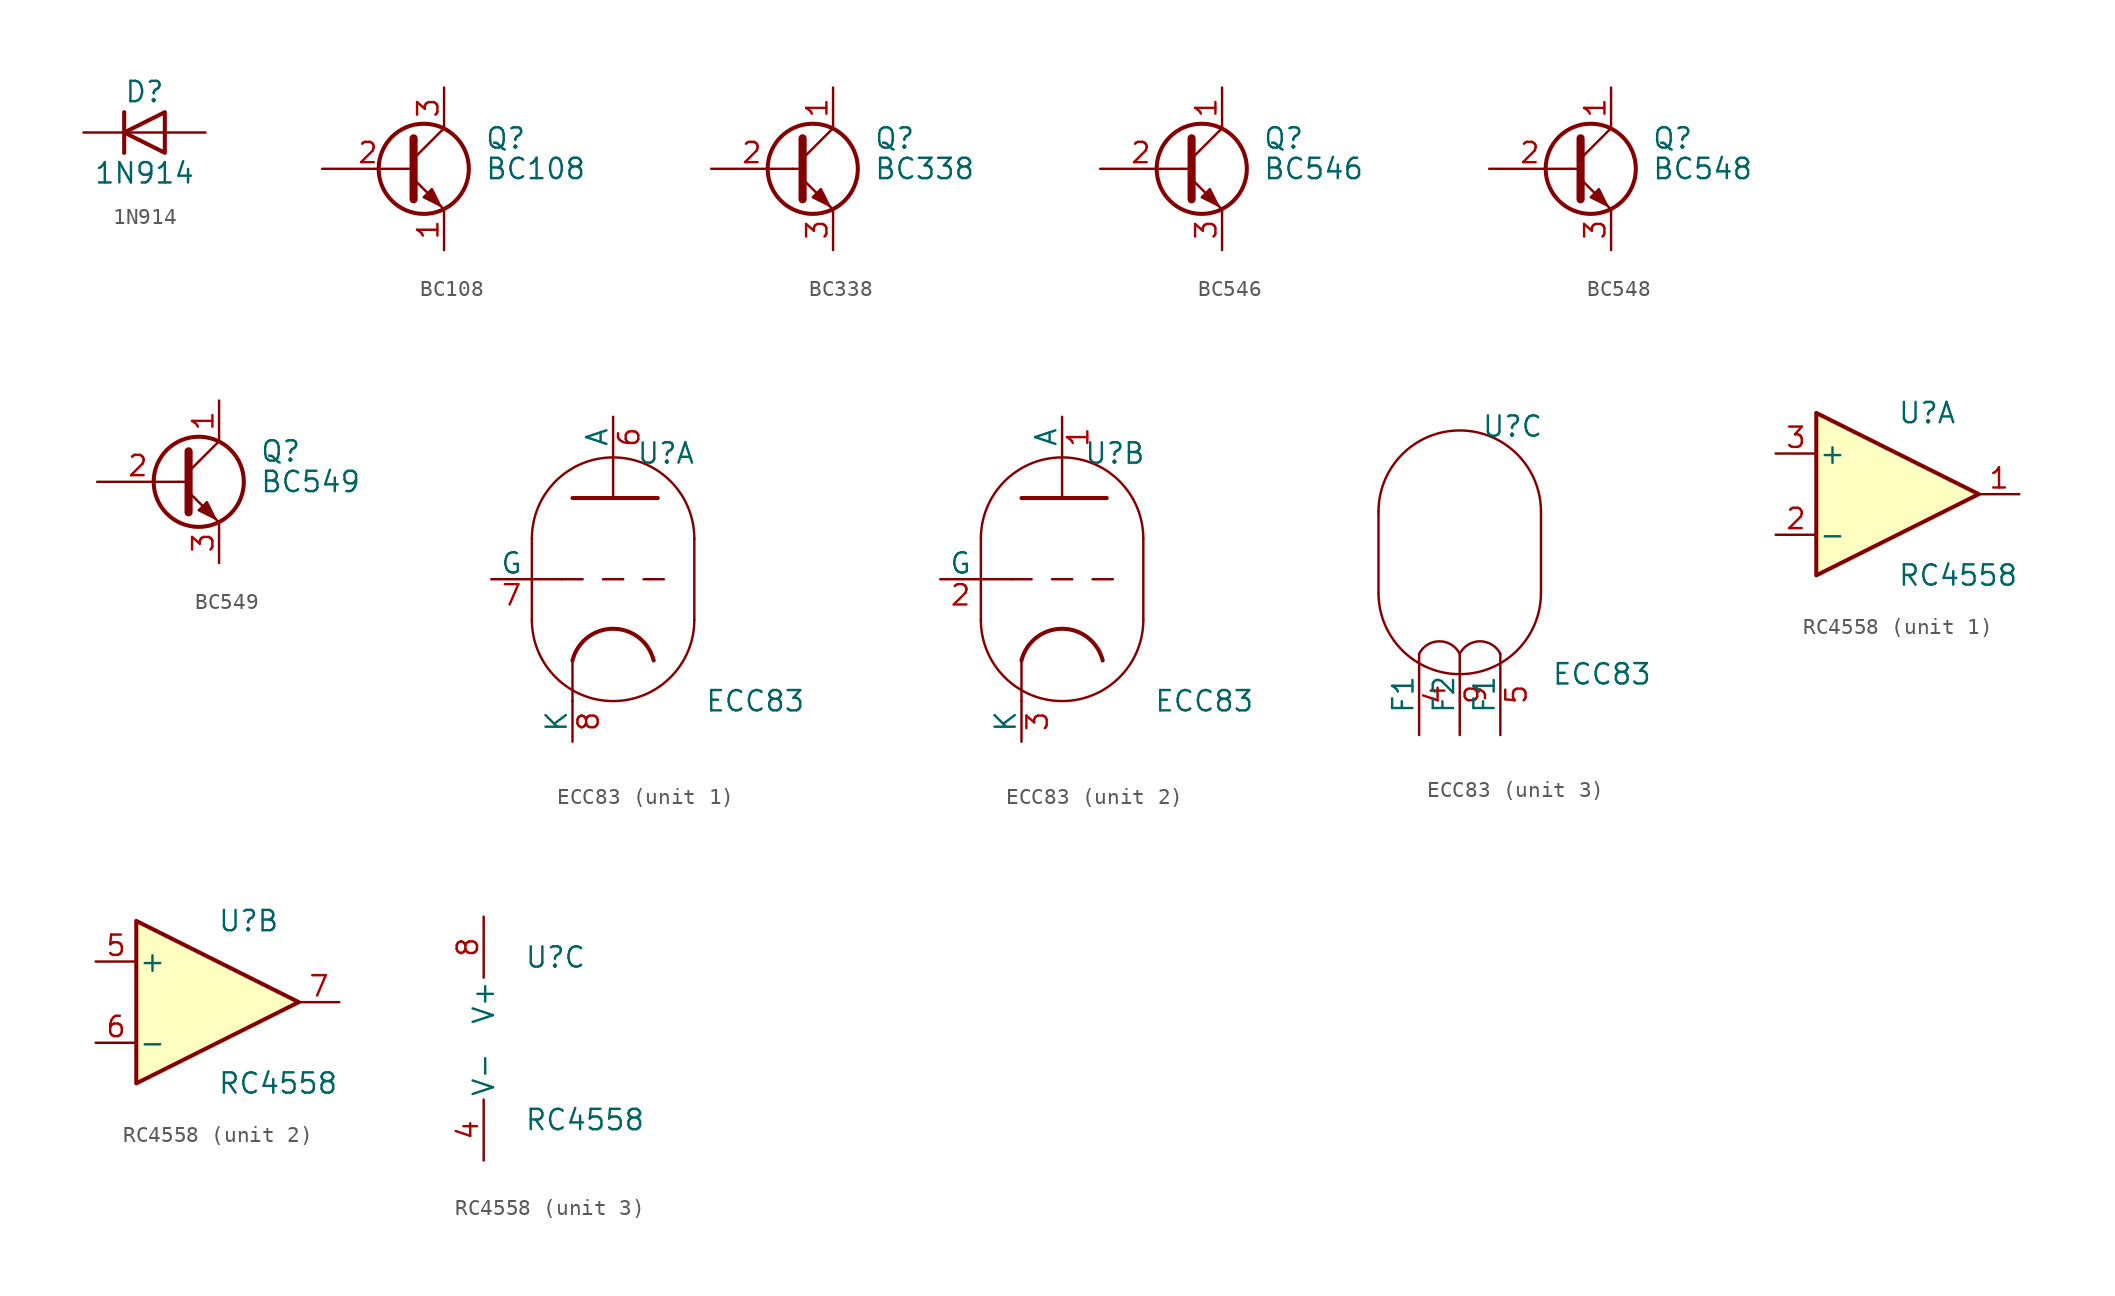
<source format=kicad_sym>
(kicad_symbol_lib
  (version 20220914)
  (generator kicad_symbol_editor)
  (symbol "1N914"
    (pin_numbers hide)
    (pin_names hide)
    (property "Reference" "D"
      (at 0 2.54 0)
      (effects (font (size 1.27 1.27))))
    (property "Value" "1N914"
      (at 0 -2.54 0)
      (effects (font (size 1.27 1.27))))
    (symbol "1N914_0_1"
      (polyline (pts (xy -1.27 1.27) (xy -1.27 -1.27)) (stroke (width 0.254) (type default)) (fill (type none)))
      (polyline (pts (xy 1.27 0) (xy -1.27 0)) (stroke (width 0) (type default)) (fill (type none)))
      (polyline (pts (xy 1.27 1.27) (xy 1.27 -1.27) (xy -1.27 0) (xy 1.27 1.27)) (stroke (width 0.254) (type default)) (fill (type none))))
    (symbol "1N914_1_1"
      (pin passive line (at -3.81 0 0) (length 2.54) (name "K" (effects (font (size 1.27 1.27)))) (number "1" (effects (font (size 1.27 1.27)))))
      (pin passive line (at 3.81 0 180) (length 2.54) (name "A" (effects (font (size 1.27 1.27)))) (number "2" (effects (font (size 1.27 1.27)))))))
  (symbol "BC108"
    (pin_names
      (offset 0) hide)
    (property "Reference" "Q"
      (at 5.08 1.905 0)
      (effects (font (size 1.27 1.27)) (justify left)))
    (property "Value" "BC108"
      (at 5.08 0 0)
      (effects (font (size 1.27 1.27)) (justify left)))
    (symbol "BC108_0_1"
      (polyline (pts (xy 0.635 0.635) (xy 2.54 2.54)) (stroke (width 0) (type default)) (fill (type none)))
      (polyline (pts (xy 0.635 -0.635) (xy 2.54 -2.54) (xy 2.54 -2.54)) (stroke (width 0) (type default)) (fill (type none)))
      (polyline (pts (xy 0.635 1.905) (xy 0.635 -1.905) (xy 0.635 -1.905)) (stroke (width 0.508) (type default)) (fill (type none)))
      (polyline (pts (xy 1.27 -1.778) (xy 1.778 -1.27) (xy 2.286 -2.286) (xy 1.27 -1.778) (xy 1.27 -1.778)) (stroke (width 0) (type default)) (fill (type outline)))
      (circle (center 1.27 0) (radius 2.819) (stroke (width 0.254) (type default)) (fill (type none))))
    (symbol "BC108_1_1"
      (pin passive line (at 2.54 -5.08 90) (length 2.54) (name "E" (effects (font (size 1.27 1.27)))) (number "1" (effects (font (size 1.27 1.27)))))
      (pin input line (at -5.08 0 0) (length 5.715) (name "B" (effects (font (size 1.27 1.27)))) (number "2" (effects (font (size 1.27 1.27)))))
      (pin passive line (at 2.54 5.08 270) (length 2.54) (name "C" (effects (font (size 1.27 1.27)))) (number "3" (effects (font (size 1.27 1.27)))))))
  (symbol "BC338"
    (pin_names
      (offset 0) hide)
    (property "Reference" "Q"
      (at 5.08 1.905 0)
      (effects (font (size 1.27 1.27)) (justify left)))
    (property "Value" "BC338"
      (at 5.08 0 0)
      (effects (font (size 1.27 1.27)) (justify left)))
    (symbol "BC338_0_1"
      (polyline (pts (xy 0 0) (xy 0.635 0)) (stroke (width 0) (type default)) (fill (type none)))
      (polyline (pts (xy 0.635 0.635) (xy 2.54 2.54)) (stroke (width 0) (type default)) (fill (type none)))
      (polyline (pts (xy 0.635 -0.635) (xy 2.54 -2.54) (xy 2.54 -2.54)) (stroke (width 0) (type default)) (fill (type none)))
      (polyline (pts (xy 0.635 1.905) (xy 0.635 -1.905) (xy 0.635 -1.905)) (stroke (width 0.508) (type default)) (fill (type none)))
      (polyline (pts (xy 1.27 -1.778) (xy 1.778 -1.27) (xy 2.286 -2.286) (xy 1.27 -1.778) (xy 1.27 -1.778)) (stroke (width 0) (type default)) (fill (type outline)))
      (circle (center 1.27 0) (radius 2.819) (stroke (width 0.254) (type default)) (fill (type none))))
    (symbol "BC338_1_1"
      (pin passive line (at 2.54 5.08 270) (length 2.54) (name "C" (effects (font (size 1.27 1.27)))) (number "1" (effects (font (size 1.27 1.27)))))
      (pin input line (at -5.08 0 0) (length 5.08) (name "B" (effects (font (size 1.27 1.27)))) (number "2" (effects (font (size 1.27 1.27)))))
      (pin passive line (at 2.54 -5.08 90) (length 2.54) (name "E" (effects (font (size 1.27 1.27)))) (number "3" (effects (font (size 1.27 1.27)))))))
  (symbol "BC546"
    (pin_names
      (offset 0) hide)
    (property "Reference" "Q"
      (at 5.08 1.905 0)
      (effects (font (size 1.27 1.27)) (justify left)))
    (property "Value" "BC546"
      (at 5.08 0 0)
      (effects (font (size 1.27 1.27)) (justify left)))
    (symbol "BC546_0_1"
      (polyline (pts (xy 0 0) (xy 0.635 0)) (stroke (width 0) (type default)) (fill (type none)))
      (polyline (pts (xy 0.635 0.635) (xy 2.54 2.54)) (stroke (width 0) (type default)) (fill (type none)))
      (polyline (pts (xy 0.635 -0.635) (xy 2.54 -2.54) (xy 2.54 -2.54)) (stroke (width 0) (type default)) (fill (type none)))
      (polyline (pts (xy 0.635 1.905) (xy 0.635 -1.905) (xy 0.635 -1.905)) (stroke (width 0.508) (type default)) (fill (type none)))
      (polyline (pts (xy 1.27 -1.778) (xy 1.778 -1.27) (xy 2.286 -2.286) (xy 1.27 -1.778) (xy 1.27 -1.778)) (stroke (width 0) (type default)) (fill (type outline)))
      (circle (center 1.27 0) (radius 2.819) (stroke (width 0.254) (type default)) (fill (type none))))
    (symbol "BC546_1_1"
      (pin passive line (at 2.54 5.08 270) (length 2.54) (name "C" (effects (font (size 1.27 1.27)))) (number "1" (effects (font (size 1.27 1.27)))))
      (pin input line (at -5.08 0 0) (length 5.08) (name "B" (effects (font (size 1.27 1.27)))) (number "2" (effects (font (size 1.27 1.27)))))
      (pin passive line (at 2.54 -5.08 90) (length 2.54) (name "E" (effects (font (size 1.27 1.27)))) (number "3" (effects (font (size 1.27 1.27)))))))
  (symbol "BC548"
    (pin_names
      (offset 0) hide)
    (property "Reference" "Q"
      (at 5.08 1.905 0)
      (effects (font (size 1.27 1.27)) (justify left)))
    (property "Value" "BC548"
      (at 5.08 0 0)
      (effects (font (size 1.27 1.27)) (justify left)))
    (symbol "BC548_0_1"
      (polyline (pts (xy 0 0) (xy 0.635 0)) (stroke (width 0) (type default)) (fill (type none)))
      (polyline (pts (xy 0.635 0.635) (xy 2.54 2.54)) (stroke (width 0) (type default)) (fill (type none)))
      (polyline (pts (xy 0.635 -0.635) (xy 2.54 -2.54) (xy 2.54 -2.54)) (stroke (width 0) (type default)) (fill (type none)))
      (polyline (pts (xy 0.635 1.905) (xy 0.635 -1.905) (xy 0.635 -1.905)) (stroke (width 0.508) (type default)) (fill (type none)))
      (polyline (pts (xy 1.27 -1.778) (xy 1.778 -1.27) (xy 2.286 -2.286) (xy 1.27 -1.778) (xy 1.27 -1.778)) (stroke (width 0) (type default)) (fill (type outline)))
      (circle (center 1.27 0) (radius 2.819) (stroke (width 0.254) (type default)) (fill (type none))))
    (symbol "BC548_1_1"
      (pin passive line (at 2.54 5.08 270) (length 2.54) (name "C" (effects (font (size 1.27 1.27)))) (number "1" (effects (font (size 1.27 1.27)))))
      (pin input line (at -5.08 0 0) (length 5.08) (name "B" (effects (font (size 1.27 1.27)))) (number "2" (effects (font (size 1.27 1.27)))))
      (pin passive line (at 2.54 -5.08 90) (length 2.54) (name "E" (effects (font (size 1.27 1.27)))) (number "3" (effects (font (size 1.27 1.27)))))))
  (symbol "BC549"
    (pin_names
      (offset 0) hide)
    (property "Reference" "Q"
      (at 5.08 1.905 0)
      (effects (font (size 1.27 1.27)) (justify left)))
    (property "Value" "BC549"
      (at 5.08 0 0)
      (effects (font (size 1.27 1.27)) (justify left)))
    (symbol "BC549_0_1"
      (polyline (pts (xy 0 0) (xy 0.635 0)) (stroke (width 0) (type default)) (fill (type none)))
      (polyline (pts (xy 0.635 0.635) (xy 2.54 2.54)) (stroke (width 0) (type default)) (fill (type none)))
      (polyline (pts (xy 0.635 -0.635) (xy 2.54 -2.54) (xy 2.54 -2.54)) (stroke (width 0) (type default)) (fill (type none)))
      (polyline (pts (xy 0.635 1.905) (xy 0.635 -1.905) (xy 0.635 -1.905)) (stroke (width 0.508) (type default)) (fill (type none)))
      (polyline (pts (xy 1.27 -1.778) (xy 1.778 -1.27) (xy 2.286 -2.286) (xy 1.27 -1.778) (xy 1.27 -1.778)) (stroke (width 0) (type default)) (fill (type outline)))
      (circle (center 1.27 0) (radius 2.819) (stroke (width 0.254) (type default)) (fill (type none))))
    (symbol "BC549_1_1"
      (pin passive line (at 2.54 5.08 270) (length 2.54) (name "C" (effects (font (size 1.27 1.27)))) (number "1" (effects (font (size 1.27 1.27)))))
      (pin input line (at -5.08 0 0) (length 5.08) (name "B" (effects (font (size 1.27 1.27)))) (number "2" (effects (font (size 1.27 1.27)))))
      (pin passive line (at 2.54 -5.08 90) (length 2.54) (name "E" (effects (font (size 1.27 1.27)))) (number "3" (effects (font (size 1.27 1.27)))))))
  (symbol "ECC83"
    (pin_names
      (offset 0))
    (property "Reference" "U"
      (at 3.302 7.874 0)
      (effects (font (size 1.27 1.27))))
    (property "Value" "ECC83"
      (at 8.89 -7.62 0)
      (effects (font (size 1.27 1.27))))
    (property "ki_locked" ""
      (at 0 0 0)
      (effects (font (size 1.27 1.27))))
    (symbol "ECC83_0_1"
      (arc (start -5.08 -2.54) (mid 0 -7.5979) (end 5.08 -2.54) (stroke (width 0) (type default)) (fill (type none)))
      (polyline (pts (xy 5.08 2.54) (xy 5.08 -2.54)) (stroke (width 0) (type default)) (fill (type none)))
      (polyline (pts (xy -5.08 2.54) (xy -5.08 -2.54) (xy -5.08 -2.54)) (stroke (width 0) (type default)) (fill (type none)))
      (arc (start 5.08 2.54) (mid 0 7.5979) (end -5.08 2.54) (stroke (width 0) (type default)) (fill (type none))))
    (symbol "ECC83_1_0"
      (polyline (pts (xy -2.54 -5.08) (xy -2.54 -7.62)) (stroke (width 0) (type default)) (fill (type none)))
      (polyline (pts (xy 0 5.08) (xy 0 7.62)) (stroke (width 0) (type default)) (fill (type none))))
    (symbol "ECC83_1_1"
      (polyline (pts (xy -5.08 0) (xy -3.175 0)) (stroke (width 0) (type default)) (fill (type none)))
      (polyline (pts (xy -1.905 0) (xy -3.175 0)) (stroke (width 0.152) (type default)) (fill (type none)))
      (polyline (pts (xy -0.635 0) (xy 0.635 0)) (stroke (width 0.152) (type default)) (fill (type none)))
      (polyline (pts (xy 1.905 0) (xy 3.175 0)) (stroke (width 0.152) (type default)) (fill (type none)))
      (polyline (pts (xy -2.54 5.08) (xy 2.794 5.08) (xy 2.794 5.08)) (stroke (width 0.254) (type default)) (fill (type none)))
      (arc (start 2.54 -5.08) (mid 0 -3.0968) (end -2.54 -5.08) (stroke (width 0.254) (type default)) (fill (type none)))
      (pin output line (at 0 10.16 270) (length 2.54) (name "A" (effects (font (size 1.27 1.27)))) (number "6" (effects (font (size 1.27 1.27)))))
      (pin input line (at -7.62 0 0) (length 2.54) (name "G" (effects (font (size 1.27 1.27)))) (number "7" (effects (font (size 1.27 1.27)))))
      (pin bidirectional line (at -2.54 -10.16 90) (length 2.54) (name "K" (effects (font (size 1.27 1.27)))) (number "8" (effects (font (size 1.27 1.27))))))
    (symbol "ECC83_2_0"
      (polyline (pts (xy -2.54 -5.08) (xy -2.54 -7.62)) (stroke (width 0) (type default)) (fill (type none)))
      (polyline (pts (xy 0 5.08) (xy 0 7.62)) (stroke (width 0) (type default)) (fill (type none))))
    (symbol "ECC83_2_1"
      (polyline (pts (xy -5.08 0) (xy -3.175 0)) (stroke (width 0) (type default)) (fill (type none)))
      (polyline (pts (xy -1.905 0) (xy -3.175 0)) (stroke (width 0.152) (type default)) (fill (type none)))
      (polyline (pts (xy -0.635 0) (xy 0.635 0)) (stroke (width 0.152) (type default)) (fill (type none)))
      (polyline (pts (xy 1.905 0) (xy 3.175 0)) (stroke (width 0.152) (type default)) (fill (type none)))
      (polyline (pts (xy -2.54 5.08) (xy 2.794 5.08) (xy 2.794 5.08)) (stroke (width 0.254) (type default)) (fill (type none)))
      (arc (start 2.54 -5.08) (mid 0 -3.0968) (end -2.54 -5.08) (stroke (width 0.254) (type default)) (fill (type none)))
      (pin output line (at 0 10.16 270) (length 2.54) (name "A" (effects (font (size 1.27 1.27)))) (number "1" (effects (font (size 1.27 1.27)))))
      (pin input line (at -7.62 0 0) (length 2.54) (name "G" (effects (font (size 1.27 1.27)))) (number "2" (effects (font (size 1.27 1.27)))))
      (pin bidirectional line (at -2.54 -10.16 90) (length 2.54) (name "K" (effects (font (size 1.27 1.27)))) (number "3" (effects (font (size 1.27 1.27))))))
    (symbol "ECC83_3_1"
      (arc (start 0 -6.35) (mid -1.27 -5.5651) (end -2.54 -6.35) (stroke (width 0) (type default)) (fill (type none)))
      (arc (start 2.54 -6.35) (mid 1.27 -5.5651) (end 0 -6.35) (stroke (width 0) (type default)) (fill (type none)))
      (pin power_in line (at -2.54 -11.43 90) (length 5.08) (name "F1" (effects (font (size 1.27 1.27)))) (number "4" (effects (font (size 1.27 1.27)))))
      (pin power_in line (at 2.54 -11.43 90) (length 5.08) (name "F1" (effects (font (size 1.27 1.27)))) (number "5" (effects (font (size 1.27 1.27)))))
      (pin power_in line (at 0 -11.43 90) (length 5.08) (name "F2" (effects (font (size 1.27 1.27)))) (number "9" (effects (font (size 1.27 1.27)))))))
  (symbol "RC4558"
    (pin_names
      (offset 0.127))
    (property "Reference" "U"
      (at 0 5.08 0)
      (effects (font (size 1.27 1.27)) (justify left)))
    (property "Value" "RC4558"
      (at 0 -5.08 0)
      (effects (font (size 1.27 1.27)) (justify left)))
    (property "ki_locked" ""
      (at 0 0 0)
      (effects (font (size 1.27 1.27))))
    (symbol "RC4558_1_1"
      (polyline (pts (xy -5.08 5.08) (xy 5.08 0) (xy -5.08 -5.08) (xy -5.08 5.08)) (stroke (width 0.254) (type default)) (fill (type background)))
      (pin output line (at 7.62 0 180) (length 2.54) (name "~" (effects (font (size 1.27 1.27)))) (number "1" (effects (font (size 1.27 1.27)))))
      (pin input line (at -7.62 -2.54 0) (length 2.54) (name "-" (effects (font (size 1.27 1.27)))) (number "2" (effects (font (size 1.27 1.27)))))
      (pin input line (at -7.62 2.54 0) (length 2.54) (name "+" (effects (font (size 1.27 1.27)))) (number "3" (effects (font (size 1.27 1.27))))))
    (symbol "RC4558_2_1"
      (polyline (pts (xy -5.08 5.08) (xy 5.08 0) (xy -5.08 -5.08) (xy -5.08 5.08)) (stroke (width 0.254) (type default)) (fill (type background)))
      (pin input line (at -7.62 2.54 0) (length 2.54) (name "+" (effects (font (size 1.27 1.27)))) (number "5" (effects (font (size 1.27 1.27)))))
      (pin input line (at -7.62 -2.54 0) (length 2.54) (name "-" (effects (font (size 1.27 1.27)))) (number "6" (effects (font (size 1.27 1.27)))))
      (pin output line (at 7.62 0 180) (length 2.54) (name "~" (effects (font (size 1.27 1.27)))) (number "7" (effects (font (size 1.27 1.27))))))
    (symbol "RC4558_3_1"
      (pin power_in line (at -2.54 -7.62 90) (length 3.81) (name "V-" (effects (font (size 1.27 1.27)))) (number "4" (effects (font (size 1.27 1.27)))))
      (pin power_in line (at -2.54 7.62 270) (length 3.81) (name "V+" (effects (font (size 1.27 1.27)))) (number "8" (effects (font (size 1.27 1.27))))))))
</source>
